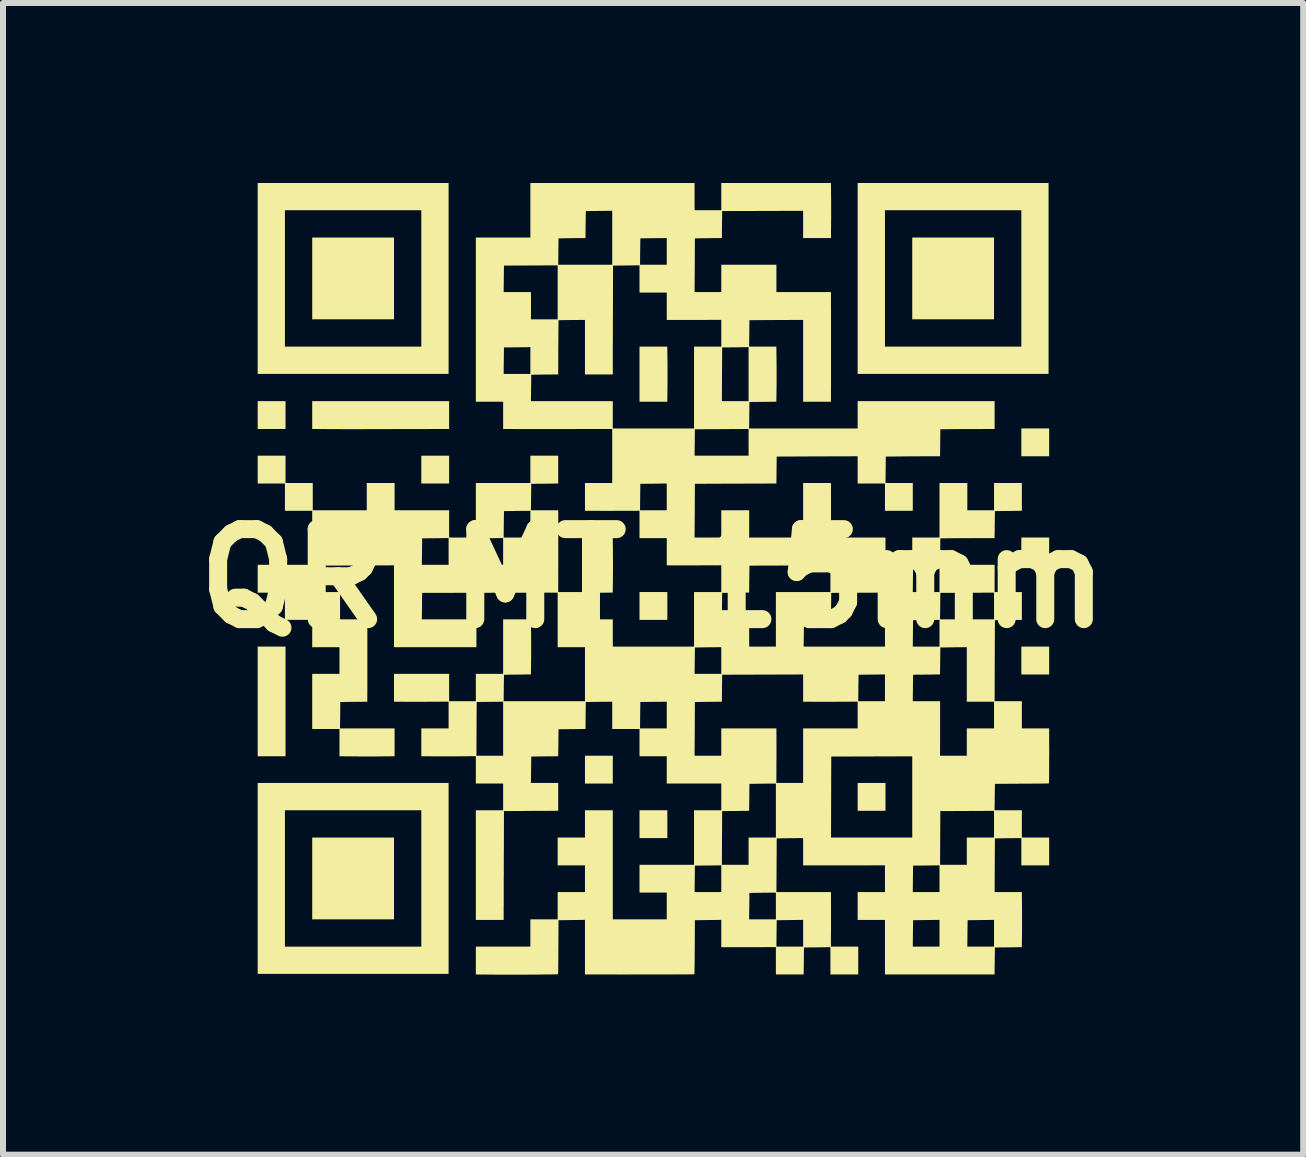
<source format=kicad_pcb>
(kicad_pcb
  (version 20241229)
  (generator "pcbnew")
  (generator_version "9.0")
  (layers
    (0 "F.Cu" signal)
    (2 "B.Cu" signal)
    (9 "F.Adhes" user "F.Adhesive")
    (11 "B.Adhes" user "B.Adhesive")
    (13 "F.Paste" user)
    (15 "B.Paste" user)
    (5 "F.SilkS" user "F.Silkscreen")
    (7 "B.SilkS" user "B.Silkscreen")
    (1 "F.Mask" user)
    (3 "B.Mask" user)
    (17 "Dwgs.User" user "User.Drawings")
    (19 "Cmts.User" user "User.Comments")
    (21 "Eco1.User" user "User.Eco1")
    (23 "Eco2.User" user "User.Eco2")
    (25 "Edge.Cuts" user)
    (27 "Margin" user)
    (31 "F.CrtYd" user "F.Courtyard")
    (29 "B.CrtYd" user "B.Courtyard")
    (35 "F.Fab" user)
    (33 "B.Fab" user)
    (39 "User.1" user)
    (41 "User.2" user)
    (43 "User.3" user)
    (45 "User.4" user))
  (footprint "QR MT 15mm"
    (layer "F.Cu")
    (at 7.836 6.591)
    (property "Reference" "QR MT 15mm" (at 0 0 0) (layer "F.SilkS") (effects (font (size 1.5 1.5) (thickness 0.3))))
    (attr board_only exclude_from_pos_files exclude_from_bom)
    (fp_poly (pts (xy -6.127 -2.723) (xy -6.127 -2.491) (xy -6.359 -2.491) (xy -6.591 -2.491) (xy -6.591 -2.723) (xy -6.591 -2.955) (xy -6.359 -2.955) (xy -6.127 -2.955)) (stroke (width 0) (type solid)) (fill yes) (layer "F.SilkS"))
    (fp_poly (pts (xy -4.319 -5) (xy -4.319 -4.319) (xy -5 -4.319) (xy -5.682 -4.319) (xy -5.682 -5) (xy -5.682 -5.682) (xy -5 -5.682) (xy -4.319 -5.682)) (stroke (width 0) (type solid)) (fill yes) (layer "F.SilkS"))
    (fp_poly (pts (xy -4.319 5) (xy -4.319 5.682) (xy -5 5.682) (xy -5.682 5.682) (xy -5.682 5) (xy -5.682 4.319) (xy -5 4.319) (xy -4.319 4.319)) (stroke (width 0) (type solid)) (fill yes) (layer "F.SilkS"))
    (fp_poly (pts (xy -3.4 -1.814) (xy -3.4 -1.582) (xy -3.632 -1.582) (xy -3.864 -1.582) (xy -3.864 -1.814) (xy -3.864 -2.046) (xy -3.632 -2.046) (xy -3.4 -2.046)) (stroke (width 0) (type solid)) (fill yes) (layer "F.SilkS"))
    (fp_poly (pts (xy -0.672 3.187) (xy -0.672 3.419) (xy -0.904 3.419) (xy -1.136 3.419) (xy -1.136 3.187) (xy -1.136 2.955) (xy -0.904 2.955) (xy -0.672 2.955)) (stroke (width 0) (type solid)) (fill yes) (layer "F.SilkS"))
    (fp_poly (pts (xy 0.237 0.459) (xy 0.237 0.691) (xy 0.005 0.691) (xy -0.227 0.691) (xy -0.227 0.459) (xy -0.227 0.227) (xy 0.005 0.227) (xy 0.237 0.227)) (stroke (width 0) (type solid)) (fill yes) (layer "F.SilkS"))
    (fp_poly (pts (xy 0.237 4.096) (xy 0.237 4.328) (xy 0.005 4.328) (xy -0.227 4.328) (xy -0.227 4.096) (xy -0.227 3.864) (xy 0.005 3.864) (xy 0.237 3.864)) (stroke (width 0) (type solid)) (fill yes) (layer "F.SilkS"))
    (fp_poly (pts (xy 3.873 3.641) (xy 3.873 3.873) (xy 3.641 3.873) (xy 3.409 3.873) (xy 3.409 3.641) (xy 3.409 3.409) (xy 3.641 3.409) (xy 3.873 3.409)) (stroke (width 0) (type solid)) (fill yes) (layer "F.SilkS"))
    (fp_poly (pts (xy 5.682 -5) (xy 5.682 -4.319) (xy 5 -4.319) (xy 4.319 -4.319) (xy 4.319 -5) (xy 4.319 -5.682) (xy 5 -5.682) (xy 5.682 -5.682)) (stroke (width 0) (type solid)) (fill yes) (layer "F.SilkS"))
    (fp_poly (pts (xy 6.601 -2.268) (xy 6.601 -2.036) (xy 6.369 -2.036) (xy 6.137 -2.036) (xy 6.137 -2.268) (xy 6.137 -2.5) (xy 6.369 -2.5) (xy 6.601 -2.5)) (stroke (width 0) (type solid)) (fill yes) (layer "F.SilkS"))
    (fp_poly (pts (xy 6.601 -0.45) (xy 6.601 -0.218) (xy 6.369 -0.218) (xy 6.137 -0.218) (xy 6.137 -0.45) (xy 6.137 -0.682) (xy 6.369 -0.682) (xy 6.601 -0.682)) (stroke (width 0) (type solid)) (fill yes) (layer "F.SilkS"))
    (fp_poly (pts (xy 6.601 1.368) (xy 6.601 1.601) (xy 6.369 1.601) (xy 6.137 1.601) (xy 6.137 1.368) (xy 6.137 1.136) (xy 6.369 1.136) (xy 6.601 1.136)) (stroke (width 0) (type solid)) (fill yes) (layer "F.SilkS"))
    (fp_poly (pts (xy 0.239 -3.634) (xy 0.24 -3.551) (xy 0.24 -3.456) (xy 0.24 -3.358) (xy 0.24 -3.263) (xy 0.239 -3.179) (xy 0.239 -3.175) (xy 0.236 -2.945) (xy 0.004 -2.945) (xy -0.227 -2.945) (xy -0.227 -3.405) (xy -0.227 -3.864) (xy 0.004 -3.864) (xy 0.236 -3.864)) (stroke (width 0) (type solid)) (fill yes) (layer "F.SilkS"))
    (fp_poly (pts (xy -3.409 -5) (xy -3.409 -3.409) (xy -5 -3.409) (xy -6.591 -3.409) (xy -6.591 -5) (xy -6.137 -5) (xy -6.137 -3.864) (xy -5 -3.864) (xy -3.864 -3.864) (xy -3.864 -5) (xy -3.864 -6.137) (xy -5 -6.137) (xy -6.137 -6.137) (xy -6.137 -5) (xy -6.591 -5) (xy -6.591 -6.591) (xy -5 -6.591) (xy -3.409 -6.591)) (stroke (width 0) (type solid)) (fill yes) (layer "F.SilkS"))
    (fp_poly (pts (xy -3.409 5) (xy -3.409 6.591) (xy -5 6.591) (xy -6.591 6.591) (xy -6.591 5) (xy -6.137 5) (xy -6.137 6.137) (xy -5 6.137) (xy -3.864 6.137) (xy -3.864 5) (xy -3.864 3.864) (xy -5 3.864) (xy -6.137 3.864) (xy -6.137 5) (xy -6.591 5) (xy -6.591 3.409) (xy -5 3.409) (xy -3.409 3.409)) (stroke (width 0) (type solid)) (fill yes) (layer "F.SilkS"))
    (fp_poly (pts (xy 6.591 -5) (xy 6.591 -3.409) (xy 5 -3.409) (xy 3.409 -3.409) (xy 3.409 -5) (xy 3.864 -5) (xy 3.864 -3.864) (xy 5 -3.864) (xy 6.137 -3.864) (xy 6.137 -5) (xy 6.137 -6.137) (xy 5 -6.137) (xy 3.864 -6.137) (xy 3.864 -5) (xy 3.409 -5) (xy 3.409 -6.591) (xy 5 -6.591) (xy 6.591 -6.591)) (stroke (width 0) (type solid)) (fill yes) (layer "F.SilkS"))
    (fp_poly (pts (xy -6.127 1.364) (xy -6.127 1.422) (xy -6.127 1.495) (xy -6.127 1.581) (xy -6.127 1.676) (xy -6.127 1.778) (xy -6.127 1.882) (xy -6.127 1.986) (xy -6.127 2.055) (xy -6.127 2.157) (xy -6.127 2.261) (xy -6.127 2.364) (xy -6.127 2.463) (xy -6.127 2.555) (xy -6.127 2.637) (xy -6.127 2.705) (xy -6.127 2.742) (xy -6.127 2.964) (xy -6.359 2.964) (xy -6.591 2.964) (xy -6.591 2.05) (xy -6.591 1.136) (xy -6.359 1.136) (xy -6.127 1.136)) (stroke (width 0) (type solid)) (fill yes) (layer "F.SilkS"))
    (fp_poly (pts (xy -3.4 -2.723) (xy -3.4 -2.491) (xy -3.62 -2.491) (xy -3.667 -2.491) (xy -3.731 -2.49) (xy -3.809 -2.49) (xy -3.9 -2.49) (xy -4.001 -2.49) (xy -4.11 -2.489) (xy -4.225 -2.489) (xy -4.344 -2.489) (xy -4.464 -2.488) (xy -4.532 -2.488) (xy -4.652 -2.488) (xy -4.772 -2.488) (xy -4.89 -2.487) (xy -5.004 -2.487) (xy -5.111 -2.487) (xy -5.209 -2.488) (xy -5.296 -2.488) (xy -5.37 -2.488) (xy -5.428 -2.488) (xy -5.453 -2.489) (xy -5.682 -2.491) (xy -5.682 -2.723) (xy -5.682 -2.955) (xy -4.541 -2.955) (xy -3.4 -2.955)) (stroke (width 0) (type solid)) (fill yes) (layer "F.SilkS"))
    (fp_poly (pts (xy 0.691 -6.364) (xy 0.691 -6.137) (xy 0.914 -6.137) (xy 1.136 -6.137) (xy 1.136 -6.364) (xy 1.136 -6.591) (xy 2.05 -6.591) (xy 2.964 -6.591) (xy 2.966 -6.362) (xy 2.967 -6.279) (xy 2.967 -6.184) (xy 2.967 -6.085) (xy 2.967 -5.99) (xy 2.966 -5.906) (xy 2.966 -5.903) (xy 2.964 -5.673) (xy 2.732 -5.673) (xy 2.5 -5.673) (xy 2.5 -5.9) (xy 2.5 -6.127) (xy 1.825 -6.125) (xy 1.151 -6.123) (xy 1.148 -5.898) (xy 1.146 -5.673) (xy 0.921 -5.671) (xy 0.696 -5.668) (xy 0.694 -5.221) (xy 0.691 -4.773) (xy 0.914 -4.773) (xy 1.136 -4.773) (xy 1.136 -5) (xy 1.136 -5.228) (xy 1.596 -5.228) (xy 2.055 -5.228) (xy 2.055 -5) (xy 2.055 -4.773) (xy 2.51 -4.773) (xy 2.964 -4.773) (xy 2.964 -4.546) (xy 2.965 -4.488) (xy 2.965 -4.415) (xy 2.965 -4.329) (xy 2.965 -4.233) (xy 2.965 -4.132) (xy 2.965 -4.027) (xy 2.965 -3.923) (xy 2.965 -3.855) (xy 2.965 -3.753) (xy 2.965 -3.649) (xy 2.965 -3.545) (xy 2.965 -3.446) (xy 2.965 -3.354) (xy 2.965 -3.273) (xy 2.965 -3.205) (xy 2.964 -3.168) (xy 2.964 -2.945) (xy 2.732 -2.945) (xy 2.5 -2.945) (xy 2.5 -3.627) (xy 2.5 -4.309) (xy 2.053 -4.307) (xy 1.605 -4.304) (xy 1.603 -4.084) (xy 1.6 -3.864) (xy 1.827 -3.864) (xy 2.054 -3.864) (xy 2.057 -3.634) (xy 2.058 -3.551) (xy 2.058 -3.456) (xy 2.058 -3.358) (xy 2.058 -3.263) (xy 2.057 -3.179) (xy 2.057 -3.175) (xy 2.054 -2.946) (xy 1.83 -2.943) (xy 1.605 -2.941) (xy 1.603 -2.72) (xy 1.6 -2.5) (xy 2.505 -2.5) (xy 3.409 -2.5) (xy 3.409 -2.728) (xy 3.409 -2.955) (xy 4.551 -2.955) (xy 5.692 -2.955) (xy 5.692 -2.723) (xy 5.692 -2.491) (xy 5.467 -2.49) (xy 5.385 -2.49) (xy 5.291 -2.49) (xy 5.194 -2.489) (xy 5.1 -2.489) (xy 5.017 -2.488) (xy 5.015 -2.488) (xy 4.787 -2.486) (xy 4.785 -2.261) (xy 4.782 -2.036) (xy 4.558 -2.036) (xy 4.476 -2.036) (xy 4.382 -2.035) (xy 4.285 -2.035) (xy 4.191 -2.034) (xy 4.108 -2.033) (xy 4.105 -2.033) (xy 3.878 -2.031) (xy 3.876 -1.811) (xy 3.873 -1.591) (xy 4.101 -1.591) (xy 4.328 -1.591) (xy 4.328 -1.359) (xy 4.328 -1.127) (xy 4.096 -1.127) (xy 3.864 -1.127) (xy 3.864 -1.354) (xy 3.864 -1.582) (xy 3.637 -1.582) (xy 3.409 -1.582) (xy 3.409 -1.809) (xy 3.409 -2.036) (xy 2.735 -2.034) (xy 2.06 -2.031) (xy 2.057 -1.807) (xy 2.055 -1.582) (xy 1.83 -1.581) (xy 1.772 -1.581) (xy 1.699 -1.581) (xy 1.613 -1.581) (xy 1.518 -1.58) (xy 1.417 -1.58) (xy 1.313 -1.58) (xy 1.21 -1.579) (xy 1.151 -1.579) (xy 0.696 -1.577) (xy 0.694 -1.129) (xy 0.691 -0.682) (xy 0.914 -0.682) (xy 1.136 -0.682) (xy 1.136 -0.909) (xy 1.136 -1.136) (xy 1.368 -1.136) (xy 1.601 -1.136) (xy 1.601 -0.909) (xy 1.601 -0.682) (xy 2.05 -0.682) (xy 2.5 -0.682) (xy 2.5 -1.136) (xy 2.5 -1.591) (xy 2.732 -1.591) (xy 2.964 -1.591) (xy 2.965 -1.361) (xy 2.965 -1.279) (xy 2.965 -1.185) (xy 2.965 -1.087) (xy 2.965 -0.994) (xy 2.964 -0.911) (xy 2.964 -0.907) (xy 2.963 -0.682) (xy 3.418 -0.682) (xy 3.873 -0.682) (xy 3.873 -0.455) (xy 3.873 -0.227) (xy 4.096 -0.227) (xy 4.319 -0.227) (xy 4.319 -0.455) (xy 4.319 -0.682) (xy 4.546 -0.682) (xy 4.773 -0.682) (xy 4.773 -1.136) (xy 4.773 -1.591) (xy 5.005 -1.591) (xy 5.237 -1.591) (xy 5.237 -1.364) (xy 5.237 -1.136) (xy 5.46 -1.136) (xy 5.682 -1.136) (xy 5.682 -1.364) (xy 5.682 -1.591) (xy 5.914 -1.591) (xy 6.146 -1.591) (xy 6.146 -1.359) (xy 6.146 -1.127) (xy 5.921 -1.125) (xy 5.697 -1.122) (xy 5.694 -0.897) (xy 5.691 -0.672) (xy 5.467 -0.672) (xy 5.385 -0.672) (xy 5.291 -0.671) (xy 5.194 -0.671) (xy 5.1 -0.67) (xy 5.017 -0.67) (xy 5.015 -0.67) (xy 4.787 -0.668) (xy 4.785 -0.447) (xy 4.782 -0.227) (xy 5.237 -0.227) (xy 5.692 -0.227) (xy 5.692 0) (xy 5.692 0.227) (xy 5.919 0.227) (xy 6.146 0.227) (xy 6.146 0.459) (xy 6.146 0.691) (xy 5.921 0.694) (xy 5.697 0.696) (xy 5.694 1.371) (xy 5.692 2.046) (xy 5.919 2.046) (xy 6.146 2.046) (xy 6.146 2.273) (xy 6.146 2.5) (xy 6.374 2.5) (xy 6.601 2.5) (xy 6.601 2.73) (xy 6.602 2.839) (xy 6.602 2.943) (xy 6.601 3.041) (xy 6.601 3.131) (xy 6.601 3.211) (xy 6.6 3.281) (xy 6.6 3.338) (xy 6.599 3.38) (xy 6.598 3.407) (xy 6.597 3.416) (xy 6.588 3.417) (xy 6.561 3.417) (xy 6.519 3.418) (xy 6.463 3.419) (xy 6.396 3.42) (xy 6.32 3.42) (xy 6.235 3.421) (xy 6.146 3.421) (xy 5.697 3.424) (xy 5.694 3.644) (xy 5.691 3.864) (xy 5.919 3.864) (xy 6.146 3.864) (xy 6.146 4.091) (xy 6.146 4.319) (xy 6.374 4.319) (xy 6.601 4.319) (xy 6.601 4.551) (xy 6.601 4.783) (xy 6.369 4.783) (xy 6.137 4.783) (xy 6.137 4.555) (xy 6.137 4.328) (xy 5.917 4.33) (xy 5.697 4.333) (xy 5.694 4.78) (xy 5.692 5.228) (xy 5.919 5.228) (xy 6.146 5.228) (xy 6.148 5.457) (xy 6.149 5.541) (xy 6.149 5.635) (xy 6.149 5.734) (xy 6.149 5.829) (xy 6.148 5.913) (xy 6.148 5.917) (xy 6.146 6.146) (xy 5.921 6.149) (xy 5.697 6.151) (xy 5.694 6.376) (xy 5.691 6.601) (xy 5.469 6.601) (xy 5.412 6.601) (xy 5.34 6.601) (xy 5.255 6.601) (xy 5.16 6.601) (xy 5.06 6.601) (xy 4.956 6.601) (xy 4.852 6.601) (xy 4.783 6.601) (xy 4.681 6.601) (xy 4.576 6.601) (xy 4.472 6.601) (xy 4.372 6.601) (xy 4.28 6.601) (xy 4.197 6.601) (xy 4.129 6.601) (xy 4.091 6.601) (xy 3.864 6.601) (xy 3.864 6.146) (xy 3.864 6.137) (xy 4.328 6.137) (xy 4.55 6.137) (xy 4.773 6.137) (xy 5.237 6.137) (xy 5.46 6.137) (xy 5.682 6.137) (xy 5.682 5.914) (xy 5.682 5.691) (xy 5.462 5.694) (xy 5.242 5.697) (xy 5.239 5.917) (xy 5.237 6.137) (xy 4.773 6.137) (xy 4.773 5.914) (xy 4.773 5.691) (xy 4.553 5.694) (xy 4.333 5.697) (xy 4.33 5.917) (xy 4.328 6.137) (xy 3.864 6.137) (xy 3.864 5.692) (xy 3.637 5.692) (xy 3.409 5.692) (xy 3.409 5.46) (xy 3.409 5.228) (xy 3.637 5.228) (xy 3.864 5.228) (xy 4.328 5.228) (xy 4.55 5.228) (xy 4.773 5.228) (xy 4.773 5.005) (xy 4.773 4.782) (xy 4.553 4.785) (xy 4.333 4.787) (xy 4.33 5.008) (xy 4.328 5.228) (xy 3.864 5.228) (xy 3.864 5.005) (xy 3.864 4.782) (xy 3.412 4.783) (xy 3.311 4.783) (xy 3.207 4.783) (xy 3.103 4.783) (xy 3.004 4.783) (xy 2.911 4.783) (xy 2.829 4.783) (xy 2.761 4.783) (xy 2.73 4.783) (xy 2.5 4.783) (xy 2.5 4.773) (xy 4.783 4.773) (xy 5.005 4.773) (xy 5.228 4.773) (xy 5.228 4.546) (xy 5.228 4.319) (xy 5.455 4.319) (xy 5.682 4.319) (xy 5.682 4.096) (xy 5.682 3.874) (xy 5.235 3.876) (xy 4.787 3.878) (xy 4.785 4.326) (xy 4.783 4.773) (xy 2.5 4.773) (xy 2.5 4.555) (xy 2.5 4.328) (xy 2.28 4.33) (xy 2.06 4.333) (xy 2.058 4.78) (xy 2.055 5.228) (xy 2.51 5.228) (xy 2.964 5.228) (xy 2.965 5.457) (xy 2.965 5.54) (xy 2.965 5.634) (xy 2.965 5.731) (xy 2.965 5.825) (xy 2.964 5.907) (xy 2.964 5.912) (xy 2.963 6.137) (xy 3.191 6.137) (xy 3.419 6.137) (xy 3.419 6.369) (xy 3.419 6.601) (xy 3.187 6.601) (xy 2.955 6.601) (xy 2.955 6.374) (xy 2.955 6.146) (xy 2.735 6.149) (xy 2.514 6.151) (xy 2.512 6.376) (xy 2.509 6.601) (xy 2.277 6.601) (xy 2.046 6.601) (xy 2.046 6.373) (xy 2.046 6.145) (xy 1.821 6.146) (xy 1.739 6.147) (xy 1.646 6.147) (xy 1.549 6.147) (xy 1.454 6.147) (xy 1.371 6.147) (xy 1.366 6.147) (xy 1.136 6.146) (xy 1.136 6.137) (xy 2.055 6.137) (xy 2.277 6.137) (xy 2.5 6.137) (xy 2.5 5.914) (xy 2.5 5.691) (xy 2.28 5.694) (xy 2.06 5.697) (xy 2.057 5.917) (xy 2.055 6.137) (xy 1.136 6.137) (xy 1.136 5.919) (xy 1.136 5.691) (xy 0.916 5.694) (xy 0.696 5.697) (xy 0.694 6.146) (xy 0.693 6.236) (xy 0.693 6.32) (xy 0.692 6.397) (xy 0.691 6.464) (xy 0.69 6.519) (xy 0.69 6.561) (xy 0.689 6.588) (xy 0.688 6.598) (xy 0.678 6.598) (xy 0.651 6.599) (xy 0.606 6.599) (xy 0.547 6.6) (xy 0.472 6.6) (xy 0.385 6.6) (xy 0.285 6.601) (xy 0.174 6.601) (xy 0.053 6.601) (xy -0.077 6.601) (xy -0.215 6.601) (xy -0.359 6.601) (xy -0.508 6.602) (xy -0.662 6.601) (xy -0.819 6.601) (xy -0.907 6.601) (xy -1.136 6.601) (xy -1.136 6.146) (xy -1.136 5.691) (xy -1.357 5.694) (xy -1.577 5.697) (xy -1.579 6.146) (xy -1.58 6.236) (xy -1.58 6.32) (xy -1.581 6.397) (xy -1.582 6.464) (xy -1.582 6.519) (xy -1.583 6.561) (xy -1.584 6.588) (xy -1.585 6.598) (xy -1.595 6.598) (xy -1.621 6.599) (xy -1.663 6.6) (xy -1.719 6.601) (xy -1.785 6.601) (xy -1.861 6.602) (xy -1.944 6.603) (xy -2.032 6.603) (xy -2.124 6.604) (xy -2.217 6.604) (xy -2.31 6.604) (xy -2.4 6.604) (xy -2.486 6.604) (xy -2.566 6.604) (xy -2.638 6.604) (xy -2.7 6.603) (xy -2.725 6.603) (xy -2.955 6.601) (xy -2.955 6.369) (xy -2.955 6.137) (xy -2.5 6.137) (xy -2.046 6.137) (xy -2.046 5.91) (xy -2.046 5.682) (xy -1.818 5.682) (xy -1.591 5.682) (xy -1.591 5.455) (xy -1.591 5.228) (xy -1.364 5.228) (xy -1.136 5.228) (xy -1.136 5.005) (xy -1.136 4.783) (xy -1.364 4.783) (xy -1.591 4.783) (xy -1.591 4.551) (xy -1.591 4.319) (xy -1.364 4.319) (xy -1.136 4.319) (xy -1.136 4.091) (xy -1.136 3.864) (xy -0.904 3.864) (xy -0.672 3.864) (xy -0.672 4.094) (xy -0.672 4.143) (xy -0.672 4.209) (xy -0.672 4.289) (xy -0.672 4.381) (xy -0.672 4.484) (xy -0.672 4.594) (xy -0.672 4.709) (xy -0.672 4.828) (xy -0.672 4.948) (xy -0.672 5.003) (xy -0.672 5.682) (xy -0.223 5.682) (xy 0.227 5.682) (xy 1.6 5.682) (xy 1.823 5.682) (xy 2.046 5.682) (xy 2.046 5.46) (xy 2.046 5.237) (xy 1.825 5.239) (xy 1.605 5.242) (xy 1.603 5.462) (xy 1.6 5.682) (xy 0.227 5.682) (xy 0.227 5.46) (xy 0.227 5.237) (xy 0 5.237) (xy -0.227 5.237) (xy -0.227 5.228) (xy 0.691 5.228) (xy 0.914 5.228) (xy 1.136 5.228) (xy 1.136 5.005) (xy 1.136 4.782) (xy 0.916 4.785) (xy 0.696 4.787) (xy 0.694 5.008) (xy 0.691 5.228) (xy -0.227 5.228) (xy -0.227 5.005) (xy -0.227 4.773) (xy 0.227 4.773) (xy 0.682 4.773) (xy 1.146 4.773) (xy 1.369 4.773) (xy 1.591 4.773) (xy 1.591 4.546) (xy 1.591 4.319) (xy 1.818 4.319) (xy 2.046 4.319) (xy 2.965 4.319) (xy 3.642 4.319) (xy 4.319 4.319) (xy 4.319 3.642) (xy 4.319 2.965) (xy 3.644 2.967) (xy 2.969 2.969) (xy 2.967 3.644) (xy 2.965 4.319) (xy 2.046 4.319) (xy 2.046 3.869) (xy 2.046 3.419) (xy 1.825 3.421) (xy 1.605 3.424) (xy 1.603 3.648) (xy 1.6 3.873) (xy 1.375 3.876) (xy 1.151 3.878) (xy 1.148 4.326) (xy 1.146 4.773) (xy 0.682 4.773) (xy 0.682 4.319) (xy 0.682 3.864) (xy 0.909 3.864) (xy 1.136 3.864) (xy 1.136 3.641) (xy 1.136 3.418) (xy 0.912 3.419) (xy 0.83 3.419) (xy 0.737 3.419) (xy 0.639 3.419) (xy 0.545 3.419) (xy 0.462 3.419) (xy 0.457 3.419) (xy 0.227 3.419) (xy 0.227 3.192) (xy 0.227 2.964) (xy 0 2.964) (xy -0.227 2.964) (xy -0.227 2.955) (xy 0.691 2.955) (xy 0.914 2.955) (xy 1.136 2.955) (xy 1.136 2.728) (xy 1.136 2.5) (xy 1.596 2.5) (xy 2.055 2.5) (xy 2.056 2.73) (xy 2.056 2.813) (xy 2.056 2.906) (xy 2.056 3.004) (xy 2.055 3.097) (xy 2.055 3.18) (xy 2.055 3.184) (xy 2.054 3.409) (xy 2.277 3.409) (xy 2.5 3.409) (xy 2.5 2.955) (xy 2.5 2.5) (xy 2.955 2.5) (xy 3.409 2.5) (xy 3.409 2.277) (xy 3.409 2.054) (xy 3.184 2.055) (xy 3.103 2.055) (xy 3.01 2.056) (xy 2.912 2.056) (xy 2.818 2.056) (xy 2.734 2.056) (xy 2.73 2.056) (xy 2.5 2.055) (xy 2.5 2.046) (xy 3.419 2.046) (xy 3.641 2.046) (xy 3.864 2.046) (xy 4.328 2.046) (xy 4.555 2.046) (xy 4.783 2.046) (xy 4.783 2.275) (xy 4.783 2.358) (xy 4.783 2.452) (xy 4.783 2.549) (xy 4.783 2.643) (xy 4.783 2.725) (xy 4.783 2.73) (xy 4.782 2.955) (xy 5.005 2.955) (xy 5.228 2.955) (xy 5.228 2.728) (xy 5.228 2.5) (xy 5.455 2.5) (xy 5.682 2.5) (xy 5.682 2.278) (xy 5.682 2.055) (xy 5.455 2.055) (xy 5.228 2.055) (xy 5.228 1.6) (xy 5.228 1.146) (xy 5.008 1.148) (xy 4.787 1.151) (xy 4.785 1.375) (xy 4.782 1.6) (xy 4.558 1.603) (xy 4.333 1.605) (xy 4.33 1.825) (xy 4.328 2.046) (xy 3.864 2.046) (xy 3.864 1.823) (xy 3.864 1.6) (xy 3.644 1.603) (xy 3.424 1.605) (xy 3.421 1.825) (xy 3.419 2.046) (xy 2.5 2.046) (xy 2.5 1.828) (xy 2.5 1.601) (xy 1.825 1.603) (xy 1.151 1.605) (xy 1.148 1.83) (xy 1.146 2.055) (xy 0.921 2.057) (xy 0.696 2.06) (xy 0.694 2.507) (xy 0.691 2.955) (xy -0.227 2.955) (xy -0.227 2.737) (xy -0.227 2.51) (xy -0.455 2.51) (xy -0.682 2.51) (xy -0.682 2.5) (xy -0.218 2.5) (xy 0.005 2.5) (xy 0.227 2.5) (xy 0.227 2.277) (xy 0.227 2.055) (xy 0.007 2.057) (xy -0.213 2.06) (xy -0.216 2.28) (xy -0.218 2.5) (xy -0.682 2.5) (xy -0.682 2.282) (xy -0.682 2.055) (xy -0.902 2.057) (xy -1.122 2.06) (xy -1.125 2.285) (xy -1.127 2.509) (xy -1.352 2.512) (xy -1.577 2.514) (xy -1.579 2.739) (xy -1.582 2.964) (xy -1.807 2.966) (xy -2.031 2.969) (xy -2.034 3.189) (xy -2.037 3.409) (xy -1.809 3.409) (xy -1.582 3.409) (xy -1.582 3.641) (xy -1.582 3.873) (xy -1.807 3.874) (xy -1.889 3.874) (xy -1.982 3.874) (xy -2.08 3.875) (xy -2.174 3.876) (xy -2.257 3.876) (xy -2.259 3.876) (xy -2.486 3.878) (xy -2.488 4.56) (xy -2.489 4.679) (xy -2.489 4.799) (xy -2.489 4.916) (xy -2.49 5.028) (xy -2.49 5.134) (xy -2.49 5.231) (xy -2.49 5.316) (xy -2.49 5.389) (xy -2.49 5.445) (xy -2.491 5.467) (xy -2.491 5.692) (xy -2.723 5.692) (xy -2.955 5.692) (xy -2.955 4.778) (xy -2.955 3.864) (xy -2.728 3.864) (xy -2.5 3.864) (xy -2.5 3.641) (xy -2.5 3.419) (xy -2.728 3.419) (xy -2.955 3.419) (xy -2.955 3.191) (xy -2.955 2.963) (xy -3.18 2.964) (xy -3.261 2.965) (xy -3.354 2.965) (xy -3.452 2.965) (xy -3.546 2.965) (xy -3.63 2.965) (xy -3.634 2.965) (xy -3.864 2.964) (xy -3.864 2.955) (xy -2.945 2.955) (xy -2.723 2.955) (xy -2.5 2.955) (xy -2.5 2.505) (xy -2.5 2.055) (xy -2.72 2.057) (xy -2.941 2.06) (xy -2.943 2.507) (xy -2.945 2.955) (xy -3.864 2.955) (xy -3.864 2.732) (xy -3.864 2.5) (xy -3.637 2.5) (xy -3.409 2.5) (xy -3.409 2.277) (xy -3.409 2.054) (xy -3.634 2.055) (xy -3.716 2.055) (xy -3.809 2.056) (xy -3.906 2.056) (xy -4.001 2.056) (xy -4.084 2.056) (xy -4.089 2.056) (xy -4.319 2.055) (xy -4.319 1.823) (xy -4.319 1.591) (xy -3.859 1.591) (xy -3.4 1.591) (xy -3.4 1.818) (xy -3.4 2.046) (xy -3.177 2.046) (xy -2.955 2.046) (xy -2.955 1.818) (xy -2.955 1.591) (xy -2.728 1.591) (xy -2.5 1.591) (xy -2.5 1.136) (xy -2.5 0.682) (xy -2.269 0.682) (xy -2.037 0.682) (xy -2.034 0.912) (xy -2.033 0.995) (xy -2.033 1.09) (xy -2.033 1.188) (xy -2.033 1.283) (xy -2.034 1.367) (xy -2.034 1.371) (xy -2.037 1.6) (xy -2.261 1.603) (xy -2.486 1.605) (xy -2.489 1.825) (xy -2.491 2.046) (xy -1.814 2.046) (xy -1.136 2.046) (xy -1.136 1.596) (xy -1.136 1.591) (xy 0.691 1.591) (xy 0.914 1.591) (xy 1.136 1.591) (xy 1.136 1.368) (xy 1.136 1.146) (xy 0.916 1.148) (xy 0.696 1.151) (xy 0.694 1.371) (xy 0.691 1.591) (xy -1.136 1.591) (xy -1.136 1.146) (xy -1.364 1.146) (xy -1.591 1.146) (xy -1.591 0.692) (xy -1.591 0.237) (xy -2.72 0.239) (xy -3.85 0.241) (xy -3.852 0.462) (xy -3.855 0.682) (xy -3.4 0.682) (xy -2.945 0.682) (xy -2.945 0.914) (xy -2.945 1.146) (xy -3.168 1.146) (xy -3.247 1.146) (xy -3.339 1.146) (xy -3.435 1.146) (xy -3.529 1.146) (xy -3.614 1.146) (xy -3.627 1.146) (xy -3.711 1.146) (xy -3.805 1.146) (xy -3.903 1.146) (xy -3.997 1.146) (xy -4.08 1.146) (xy -4.091 1.146) (xy -4.319 1.146) (xy -4.319 0.464) (xy -4.319 -0.218) (xy -4.993 -0.215) (xy -5.668 -0.213) (xy -5.671 0.007) (xy -5.673 0.227) (xy -5.446 0.227) (xy -5.218 0.227) (xy -5.218 0.455) (xy -5.218 0.682) (xy -4.991 0.682) (xy -4.764 0.682) (xy -4.763 0.909) (xy -4.763 0.99) (xy -4.763 1.083) (xy -4.763 1.181) (xy -4.763 1.276) (xy -4.763 1.361) (xy -4.763 1.373) (xy -4.763 1.456) (xy -4.763 1.549) (xy -4.763 1.646) (xy -4.763 1.738) (xy -4.763 1.82) (xy -4.763 1.832) (xy -4.764 2.055) (xy -4.989 2.057) (xy -5.214 2.06) (xy -5.216 2.28) (xy -5.219 2.5) (xy -4.764 2.5) (xy -4.309 2.5) (xy -4.309 2.732) (xy -4.309 2.964) (xy -4.539 2.966) (xy -4.622 2.967) (xy -4.717 2.967) (xy -4.815 2.967) (xy -4.911 2.967) (xy -4.995 2.966) (xy -4.998 2.966) (xy -5.228 2.964) (xy -5.228 2.737) (xy -5.228 2.51) (xy -5.455 2.51) (xy -5.682 2.51) (xy -5.682 2.05) (xy -5.682 1.591) (xy -5.455 1.591) (xy -5.228 1.591) (xy -5.228 1.368) (xy -5.228 1.146) (xy -5.455 1.146) (xy -5.682 1.146) (xy -5.682 0.919) (xy -5.682 0.691) (xy -5.91 0.691) (xy -6.137 0.691) (xy -6.137 0.464) (xy -6.137 0.237) (xy -6.364 0.237) (xy -6.591 0.237) (xy -6.591 0.005) (xy -6.591 -0.227) (xy -6.137 -0.227) (xy -5.682 -0.227) (xy -3.855 -0.227) (xy -3.632 -0.227) (xy -3.409 -0.227) (xy -2.946 -0.227) (xy -2.723 -0.227) (xy -2.5 -0.227) (xy -2.5 -0.45) (xy -2.5 -0.673) (xy -2.72 -0.67) (xy -2.941 -0.668) (xy -2.943 -0.447) (xy -2.946 -0.227) (xy -3.409 -0.227) (xy -3.409 -0.45) (xy -3.409 -0.673) (xy -3.63 -0.67) (xy -3.85 -0.668) (xy -3.852 -0.447) (xy -3.855 -0.227) (xy -5.682 -0.227) (xy -5.682 -0.677) (xy -5.682 -1.127) (xy -5.91 -1.127) (xy -6.137 -1.127) (xy -6.137 -1.354) (xy -6.137 -1.582) (xy -6.364 -1.582) (xy -6.591 -1.582) (xy -6.591 -1.814) (xy -6.591 -2.046) (xy -6.359 -2.046) (xy -6.127 -2.046) (xy -6.127 -1.818) (xy -6.127 -1.591) (xy -5.9 -1.591) (xy -5.673 -1.591) (xy -5.673 -1.364) (xy -5.673 -1.136) (xy -5.223 -1.136) (xy -4.773 -1.136) (xy -4.773 -1.364) (xy -4.773 -1.591) (xy -4.541 -1.591) (xy -4.309 -1.591) (xy -4.309 -1.364) (xy -4.309 -1.136) (xy -3.855 -1.136) (xy -3.4 -1.136) (xy -3.4 -0.909) (xy -3.4 -0.682) (xy -3.177 -0.682) (xy -2.955 -0.682) (xy -2.491 -0.682) (xy -2.268 -0.682) (xy -2.046 -0.682) (xy -2.046 -0.905) (xy -2.046 -1.127) (xy -2.266 -1.125) (xy -2.486 -1.122) (xy -2.489 -0.902) (xy -2.491 -0.682) (xy -2.955 -0.682) (xy -2.955 -1.136) (xy -2.955 -1.591) (xy -2.5 -1.591) (xy -2.046 -1.591) (xy -2.046 -1.818) (xy -2.046 -2.046) (xy -1.814 -2.046) (xy -1.582 -2.046) (xy -1.582 -1.814) (xy -1.582 -1.582) (xy -1.807 -1.579) (xy -2.031 -1.577) (xy -2.034 -1.357) (xy -2.037 -1.136) (xy -1.809 -1.136) (xy -1.582 -1.136) (xy -1.581 -0.907) (xy -1.581 -0.848) (xy -1.581 -0.773) (xy -1.581 -0.686) (xy -1.581 -0.59) (xy -1.581 -0.488) (xy -1.581 -0.384) (xy -1.581 -0.281) (xy -1.581 -0.225) (xy -1.582 0.227) (xy -1.359 0.227) (xy -1.136 0.227) (xy -1.136 -0.227) (xy -1.136 -0.682) (xy -0.905 -0.682) (xy -0.673 -0.682) (xy -0.67 -0.452) (xy -0.67 -0.369) (xy -0.669 -0.274) (xy -0.669 -0.176) (xy -0.67 -0.081) (xy -0.67 0.003) (xy -0.67 0.007) (xy -0.673 0.236) (xy -0.898 0.239) (xy -1.122 0.241) (xy -1.125 0.462) (xy -1.127 0.682) (xy -0.9 0.682) (xy -0.672 0.682) (xy -0.672 0.909) (xy -0.672 1.136) (xy 0.005 1.136) (xy 0.682 1.136) (xy 0.682 0.682) (xy 1.146 0.682) (xy 1.373 0.682) (xy 1.601 0.682) (xy 1.601 0.909) (xy 1.601 1.136) (xy 1.823 1.136) (xy 2.046 1.136) (xy 2.509 1.136) (xy 3.187 1.136) (xy 3.864 1.136) (xy 4.328 1.136) (xy 4.55 1.136) (xy 4.773 1.136) (xy 4.773 0.914) (xy 4.773 0.691) (xy 4.553 0.694) (xy 4.333 0.696) (xy 4.33 0.916) (xy 4.328 1.136) (xy 3.864 1.136) (xy 3.864 0.687) (xy 3.864 0.682) (xy 4.782 0.682) (xy 5.232 0.682) (xy 5.682 0.682) (xy 5.682 0.459) (xy 5.682 0.237) (xy 5.235 0.239) (xy 4.787 0.241) (xy 4.785 0.462) (xy 4.782 0.682) (xy 3.864 0.682) (xy 3.864 0.237) (xy 3.416 0.239) (xy 2.969 0.241) (xy 2.966 0.466) (xy 2.964 0.691) (xy 2.739 0.694) (xy 2.514 0.696) (xy 2.512 0.916) (xy 2.509 1.136) (xy 2.046 1.136) (xy 2.046 0.682) (xy 2.046 0.227) (xy 2.5 0.227) (xy 2.955 0.227) (xy 4.328 0.227) (xy 4.55 0.227) (xy 4.773 0.227) (xy 4.773 0.005) (xy 4.773 -0.218) (xy 4.553 -0.216) (xy 4.333 -0.213) (xy 4.33 0.007) (xy 4.328 0.227) (xy 2.955 0.227) (xy 2.955 0.005) (xy 2.955 -0.218) (xy 2.28 -0.215) (xy 1.605 -0.213) (xy 1.603 0.012) (xy 1.6 0.236) (xy 1.375 0.239) (xy 1.151 0.241) (xy 1.148 0.462) (xy 1.146 0.682) (xy 0.682 0.682) (xy 0.682 0.227) (xy 0.909 0.227) (xy 1.136 0.227) (xy 1.136 0.004) (xy 1.136 -0.219) (xy 0.912 -0.218) (xy 0.83 -0.218) (xy 0.737 -0.217) (xy 0.639 -0.217) (xy 0.545 -0.217) (xy 0.462 -0.217) (xy 0.457 -0.217) (xy 0.227 -0.218) (xy 0.227 -0.445) (xy 0.227 -0.672) (xy 0 -0.672) (xy -0.227 -0.672) (xy -0.227 -0.9) (xy -0.227 -1.128) (xy -0.452 -1.127) (xy -0.534 -1.127) (xy -0.627 -1.127) (xy -0.724 -1.126) (xy -0.819 -1.126) (xy -0.902 -1.127) (xy -0.907 -1.127) (xy -1.136 -1.127) (xy -1.136 -1.136) (xy -0.218 -1.136) (xy 0.005 -1.136) (xy 0.227 -1.136) (xy 0.227 -1.359) (xy 0.227 -1.582) (xy 0.007 -1.579) (xy -0.213 -1.577) (xy -0.216 -1.357) (xy -0.218 -1.136) (xy -1.136 -1.136) (xy -1.136 -1.359) (xy -1.136 -1.591) (xy -0.909 -1.591) (xy -0.682 -1.591) (xy -0.682 -2.041) (xy -0.682 -2.046) (xy 0.691 -2.046) (xy 1.141 -2.046) (xy 1.591 -2.046) (xy 1.591 -2.268) (xy 1.591 -2.491) (xy 1.144 -2.488) (xy 0.696 -2.486) (xy 0.694 -2.266) (xy 0.691 -2.046) (xy -0.682 -2.046) (xy -0.682 -2.491) (xy -1.361 -2.49) (xy -1.481 -2.49) (xy -1.6 -2.49) (xy -1.717 -2.49) (xy -1.83 -2.49) (xy -1.936 -2.49) (xy -2.034 -2.49) (xy -2.12 -2.49) (xy -2.193 -2.49) (xy -2.25 -2.49) (xy -2.271 -2.49) (xy -2.5 -2.491) (xy -2.5 -2.718) (xy -2.5 -2.945) (xy -2.728 -2.945) (xy -2.955 -2.945) (xy -2.955 -2.955) (xy -2.037 -2.955) (xy -1.354 -2.955) (xy -0.672 -2.955) (xy -0.672 -2.728) (xy -0.672 -2.5) (xy 0.005 -2.5) (xy 0.682 -2.5) (xy 0.682 -2.955) (xy 1.146 -2.955) (xy 1.369 -2.955) (xy 1.591 -2.955) (xy 1.591 -3.405) (xy 1.591 -3.855) (xy 1.371 -3.852) (xy 1.151 -3.85) (xy 1.148 -3.402) (xy 1.146 -2.955) (xy 0.682 -2.955) (xy 0.682 -3.182) (xy 0.682 -3.864) (xy 0.909 -3.864) (xy 1.136 -3.864) (xy 1.136 -4.087) (xy 1.136 -4.31) (xy 0.912 -4.309) (xy 0.83 -4.309) (xy 0.737 -4.309) (xy 0.639 -4.309) (xy 0.545 -4.309) (xy 0.462 -4.309) (xy 0.457 -4.309) (xy 0.227 -4.309) (xy 0.227 -4.536) (xy 0.227 -4.764) (xy 0 -4.764) (xy -0.227 -4.764) (xy -0.227 -4.991) (xy -0.227 -5.219) (xy -0.447 -5.216) (xy -0.668 -5.214) (xy -0.67 -4.532) (xy -0.67 -4.412) (xy -0.671 -4.293) (xy -0.671 -4.176) (xy -0.671 -4.064) (xy -0.671 -3.958) (xy -0.672 -3.861) (xy -0.672 -3.775) (xy -0.672 -3.703) (xy -0.672 -3.646) (xy -0.672 -3.625) (xy -0.672 -3.4) (xy -0.904 -3.4) (xy -1.136 -3.4) (xy -1.136 -3.855) (xy -1.136 -4.309) (xy -1.357 -4.307) (xy -1.577 -4.304) (xy -1.579 -4.077) (xy -1.579 -3.994) (xy -1.58 -3.901) (xy -1.581 -3.803) (xy -1.581 -3.71) (xy -1.581 -3.627) (xy -1.581 -3.625) (xy -1.582 -3.4) (xy -1.807 -3.398) (xy -2.031 -3.395) (xy -2.034 -3.175) (xy -2.037 -2.955) (xy -2.955 -2.955) (xy -2.955 -3.409) (xy -2.491 -3.409) (xy -2.268 -3.409) (xy -2.046 -3.409) (xy -2.046 -3.632) (xy -2.046 -3.855) (xy -2.266 -3.852) (xy -2.486 -3.85) (xy -2.489 -3.63) (xy -2.491 -3.409) (xy -2.955 -3.409) (xy -2.955 -4.314) (xy -2.955 -4.773) (xy -2.491 -4.773) (xy -2.264 -4.773) (xy -2.036 -4.773) (xy -2.036 -4.546) (xy -2.036 -4.319) (xy -1.814 -4.319) (xy -1.591 -4.319) (xy -1.591 -4.768) (xy -1.591 -5.218) (xy -2.039 -5.216) (xy -2.486 -5.214) (xy -2.489 -4.993) (xy -2.491 -4.773) (xy -2.955 -4.773) (xy -2.955 -5.228) (xy -1.582 -5.228) (xy -1.132 -5.228) (xy -0.682 -5.228) (xy -0.218 -5.228) (xy 0.005 -5.228) (xy 0.227 -5.228) (xy 0.227 -5.45) (xy 0.227 -5.673) (xy 0.007 -5.671) (xy -0.213 -5.668) (xy -0.216 -5.448) (xy -0.218 -5.228) (xy -0.682 -5.228) (xy -0.682 -5.678) (xy -0.682 -6.128) (xy -0.902 -6.125) (xy -1.122 -6.123) (xy -1.125 -5.898) (xy -1.127 -5.673) (xy -1.352 -5.671) (xy -1.577 -5.668) (xy -1.579 -5.448) (xy -1.582 -5.228) (xy -2.955 -5.228) (xy -2.955 -5.682) (xy -2.5 -5.682) (xy -2.046 -5.682) (xy -2.046 -6.137) (xy -2.046 -6.591) (xy -0.677 -6.591) (xy 0.691 -6.591)) (stroke (width 0) (type solid)) (fill yes) (layer "F.SilkS")))
  (gr_rect
    (start -3 -3)
    (end 18.671 16.196)
    (stroke (width 0.1) (type default))
    (fill no)
    (layer "Edge.Cuts")))
</source>
